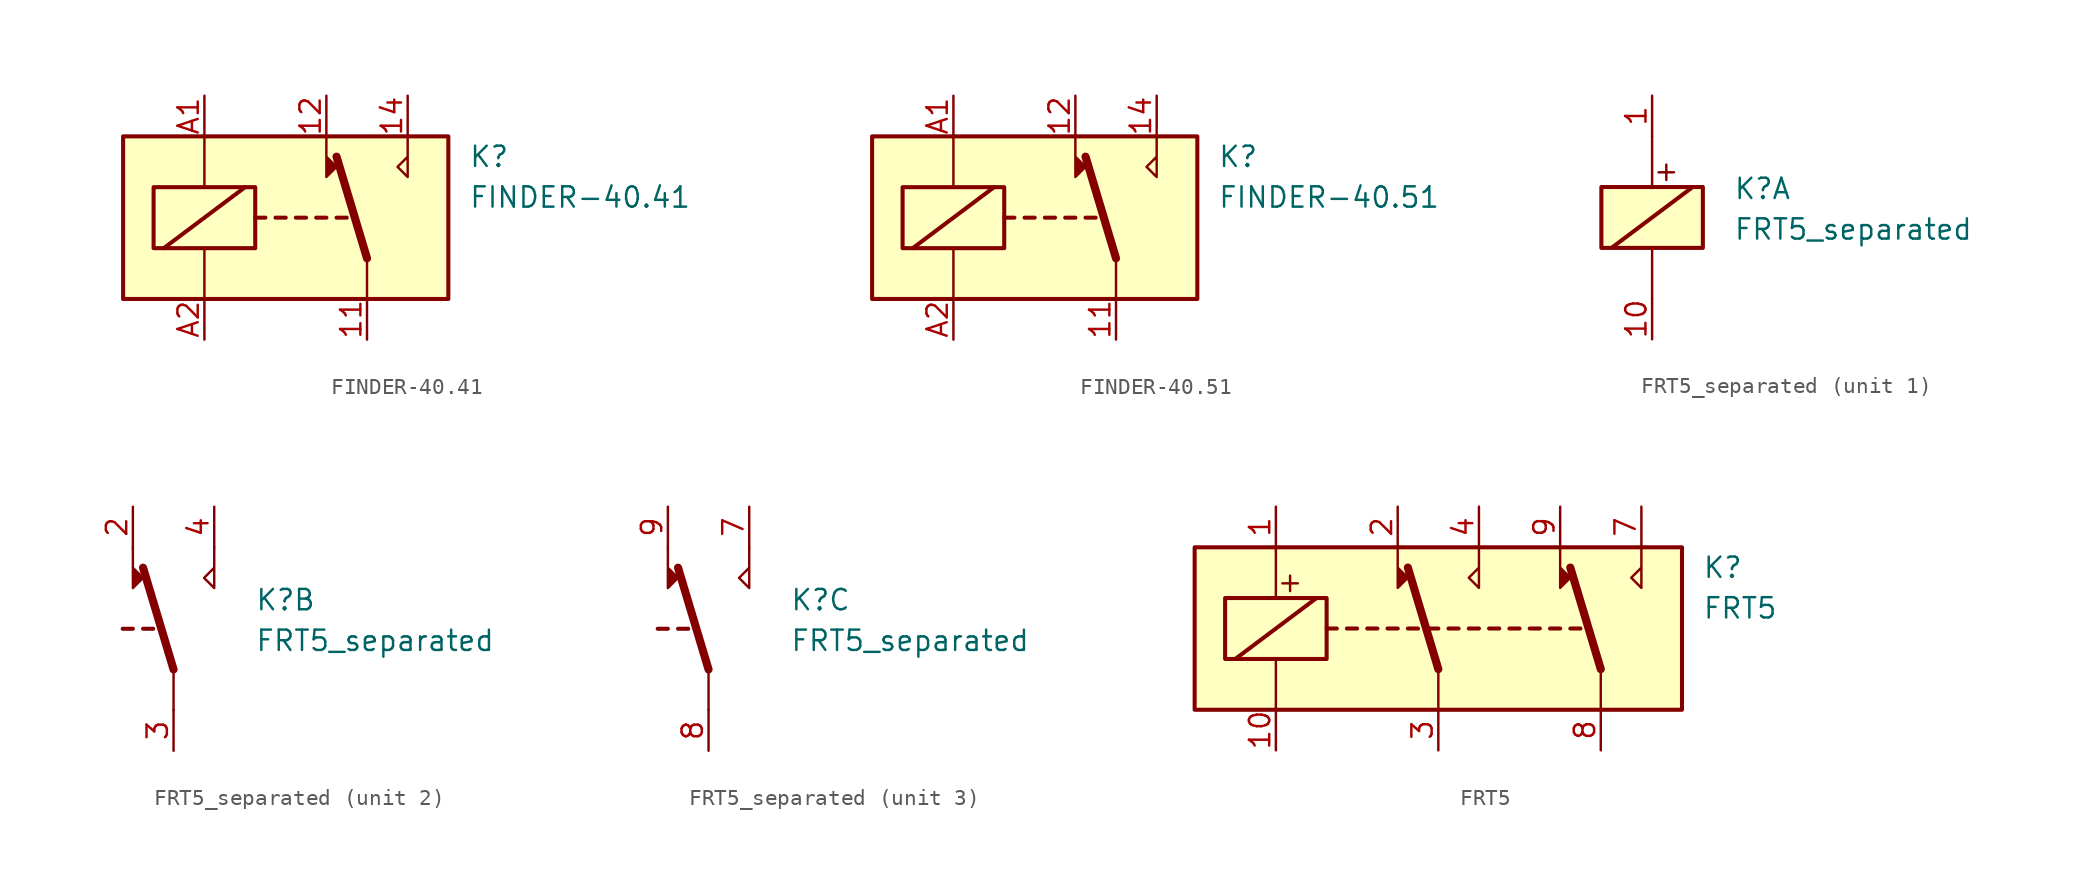
<source format=kicad_sym>
(kicad_symbol_lib
  (version 20211014)
  (generator kicad_symbol_editor)
  (symbol "FINDER-40.41"
    (property "Reference" "K"
      (at 11.43 3.81 0)
      (effects (font (size 1.27 1.27)) (justify left)))
    (property "Value" "FINDER-40.41"
      (at 11.43 1.27 0)
      (effects (font (size 1.27 1.27)) (justify left)))
    (symbol "FINDER-40.41_0_0"
      (polyline (pts (xy 7.62 5.08) (xy 7.62 2.54) (xy 6.985 3.175) (xy 7.62 3.81)) (stroke (width 0) (type default) (color 0 0 0 0)) (fill (type none))))
    (symbol "FINDER-40.41_0_1"
      (rectangle (start -10.16 5.08) (end 10.16 -5.08) (stroke (width 0.254) (type default) (color 0 0 0 0)) (fill (type background)))
      (rectangle (start -8.255 1.905) (end -1.905 -1.905) (stroke (width 0.254) (type default) (color 0 0 0 0)) (fill (type none)))
      (polyline (pts (xy -7.62 -1.905) (xy -2.54 1.905)) (stroke (width 0.254) (type default) (color 0 0 0 0)) (fill (type none)))
      (polyline (pts (xy -5.08 -5.08) (xy -5.08 -1.905)) (stroke (width 0) (type default) (color 0 0 0 0)) (fill (type none)))
      (polyline (pts (xy -5.08 5.08) (xy -5.08 1.905)) (stroke (width 0) (type default) (color 0 0 0 0)) (fill (type none)))
      (polyline (pts (xy -1.905 0) (xy -1.27 0)) (stroke (width 0.254) (type default) (color 0 0 0 0)) (fill (type none)))
      (polyline (pts (xy -0.635 0) (xy 0 0)) (stroke (width 0.254) (type default) (color 0 0 0 0)) (fill (type none)))
      (polyline (pts (xy 0.635 0) (xy 1.27 0)) (stroke (width 0.254) (type default) (color 0 0 0 0)) (fill (type none)))
      (polyline (pts (xy 1.905 0) (xy 2.54 0)) (stroke (width 0.254) (type default) (color 0 0 0 0)) (fill (type none)))
      (polyline (pts (xy 3.175 0) (xy 3.81 0)) (stroke (width 0.254) (type default) (color 0 0 0 0)) (fill (type none)))
      (polyline (pts (xy 5.08 -2.54) (xy 3.175 3.81)) (stroke (width 0.508) (type default) (color 0 0 0 0)) (fill (type none)))
      (polyline (pts (xy 5.08 -2.54) (xy 5.08 -5.08)) (stroke (width 0) (type default) (color 0 0 0 0)) (fill (type none)))
      (polyline (pts (xy 2.54 5.08) (xy 2.54 2.54) (xy 3.175 3.175) (xy 2.54 3.81)) (stroke (width 0) (type default) (color 0 0 0 0)) (fill (type outline))))
    (symbol "FINDER-40.41_1_1"
      (pin passive line (at 5.08 -7.62 90) (length 2.54) (name "~" (effects (font (size 1.27 1.27)))) (number "11" (effects (font (size 1.27 1.27)))))
      (pin passive line (at 2.54 7.62 270) (length 2.54) (name "~" (effects (font (size 1.27 1.27)))) (number "12" (effects (font (size 1.27 1.27)))))
      (pin passive line (at 7.62 7.62 270) (length 2.54) (name "~" (effects (font (size 1.27 1.27)))) (number "14" (effects (font (size 1.27 1.27)))))
      (pin passive line (at -5.08 7.62 270) (length 2.54) (name "~" (effects (font (size 1.27 1.27)))) (number "A1" (effects (font (size 1.27 1.27)))))
      (pin passive line (at -5.08 -7.62 90) (length 2.54) (name "~" (effects (font (size 1.27 1.27)))) (number "A2" (effects (font (size 1.27 1.27)))))))
  (symbol "FINDER-40.51"
    (property "Reference" "K"
      (at 11.43 3.81 0)
      (effects (font (size 1.27 1.27)) (justify left)))
    (property "Value" "FINDER-40.51"
      (at 11.43 1.27 0)
      (effects (font (size 1.27 1.27)) (justify left)))
    (symbol "FINDER-40.51_0_0"
      (polyline (pts (xy 7.62 5.08) (xy 7.62 2.54) (xy 6.985 3.175) (xy 7.62 3.81)) (stroke (width 0) (type default) (color 0 0 0 0)) (fill (type none))))
    (symbol "FINDER-40.51_0_1"
      (rectangle (start -10.16 5.08) (end 10.16 -5.08) (stroke (width 0.254) (type default) (color 0 0 0 0)) (fill (type background)))
      (rectangle (start -8.255 1.905) (end -1.905 -1.905) (stroke (width 0.254) (type default) (color 0 0 0 0)) (fill (type none)))
      (polyline (pts (xy -7.62 -1.905) (xy -2.54 1.905)) (stroke (width 0.254) (type default) (color 0 0 0 0)) (fill (type none)))
      (polyline (pts (xy -5.08 -5.08) (xy -5.08 -1.905)) (stroke (width 0) (type default) (color 0 0 0 0)) (fill (type none)))
      (polyline (pts (xy -5.08 5.08) (xy -5.08 1.905)) (stroke (width 0) (type default) (color 0 0 0 0)) (fill (type none)))
      (polyline (pts (xy -1.905 0) (xy -1.27 0)) (stroke (width 0.254) (type default) (color 0 0 0 0)) (fill (type none)))
      (polyline (pts (xy -0.635 0) (xy 0 0)) (stroke (width 0.254) (type default) (color 0 0 0 0)) (fill (type none)))
      (polyline (pts (xy 0.635 0) (xy 1.27 0)) (stroke (width 0.254) (type default) (color 0 0 0 0)) (fill (type none)))
      (polyline (pts (xy 1.905 0) (xy 2.54 0)) (stroke (width 0.254) (type default) (color 0 0 0 0)) (fill (type none)))
      (polyline (pts (xy 3.175 0) (xy 3.81 0)) (stroke (width 0.254) (type default) (color 0 0 0 0)) (fill (type none)))
      (polyline (pts (xy 5.08 -2.54) (xy 3.175 3.81)) (stroke (width 0.508) (type default) (color 0 0 0 0)) (fill (type none)))
      (polyline (pts (xy 5.08 -2.54) (xy 5.08 -5.08)) (stroke (width 0) (type default) (color 0 0 0 0)) (fill (type none)))
      (polyline (pts (xy 2.54 5.08) (xy 2.54 2.54) (xy 3.175 3.175) (xy 2.54 3.81)) (stroke (width 0) (type default) (color 0 0 0 0)) (fill (type outline))))
    (symbol "FINDER-40.51_1_1"
      (pin passive line (at 5.08 -7.62 90) (length 2.54) (name "~" (effects (font (size 1.27 1.27)))) (number "11" (effects (font (size 1.27 1.27)))))
      (pin passive line (at 2.54 7.62 270) (length 2.54) (name "~" (effects (font (size 1.27 1.27)))) (number "12" (effects (font (size 1.27 1.27)))))
      (pin passive line (at 7.62 7.62 270) (length 2.54) (name "~" (effects (font (size 1.27 1.27)))) (number "14" (effects (font (size 1.27 1.27)))))
      (pin passive line (at -5.08 7.62 270) (length 2.54) (name "~" (effects (font (size 1.27 1.27)))) (number "A1" (effects (font (size 1.27 1.27)))))
      (pin passive line (at -5.08 -7.62 90) (length 2.54) (name "~" (effects (font (size 1.27 1.27)))) (number "A2" (effects (font (size 1.27 1.27)))))))
  (symbol "FRT5_separated"
    (property "Reference" "K"
      (at 5.08 2.54 0)
      (effects (font (size 1.27 1.27)) (justify left top)))
    (property "Value" "FRT5_separated"
      (at 5.08 0 0)
      (effects (font (size 1.27 1.27)) (justify left top)))
    (symbol "FRT5_separated_1_0"
      (text "+" (at 0.889 2.921 0) (effects (font (size 1.27 1.27)))))
    (symbol "FRT5_separated_1_1"
      (rectangle (start -3.175 1.905) (end 3.175 -1.905) (stroke (width 0.254) (type default) (color 0 0 0 0)) (fill (type background)))
      (polyline (pts (xy -2.54 -1.905) (xy 2.54 1.905)) (stroke (width 0.254) (type default) (color 0 0 0 0)) (fill (type none)))
      (polyline (pts (xy 0 -5.08) (xy 0 -1.905)) (stroke (width 0) (type default) (color 0 0 0 0)) (fill (type none)))
      (polyline (pts (xy 0 5.08) (xy 0 1.905)) (stroke (width 0) (type default) (color 0 0 0 0)) (fill (type none)))
      (pin passive line (at 0 7.62 270) (length 2.54) (name "~" (effects (font (size 1.27 1.27)))) (number "1" (effects (font (size 1.27 1.27)))))
      (pin passive line (at 0 -7.62 90) (length 2.54) (name "~" (effects (font (size 1.27 1.27)))) (number "10" (effects (font (size 1.27 1.27))))))
    (symbol "FRT5_separated_2_1"
      (polyline (pts (xy -3.175 0) (xy -2.54 0)) (stroke (width 0.254) (type default) (color 0 0 0 0)) (fill (type none)))
      (polyline (pts (xy -1.905 0) (xy -1.27 0)) (stroke (width 0.254) (type default) (color 0 0 0 0)) (fill (type none)))
      (polyline (pts (xy 0 -2.54) (xy -1.905 3.81)) (stroke (width 0.508) (type default) (color 0 0 0 0)) (fill (type none)))
      (polyline (pts (xy 0 -2.54) (xy 0 -5.08)) (stroke (width 0) (type default) (color 0 0 0 0)) (fill (type none)))
      (polyline (pts (xy -2.54 5.08) (xy -2.54 2.54) (xy -1.905 3.175) (xy -2.54 3.81)) (stroke (width 0) (type default) (color 0 0 0 0)) (fill (type outline)))
      (polyline (pts (xy 2.54 5.08) (xy 2.54 2.54) (xy 1.905 3.175) (xy 2.54 3.81)) (stroke (width 0) (type default) (color 0 0 0 0)) (fill (type none)))
      (pin passive line (at -2.54 7.62 270) (length 2.54) (name "~" (effects (font (size 1.27 1.27)))) (number "2" (effects (font (size 1.27 1.27)))))
      (pin passive line (at 0 -7.62 90) (length 2.54) (name "~" (effects (font (size 1.27 1.27)))) (number "3" (effects (font (size 1.27 1.27)))))
      (pin passive line (at 2.54 7.62 270) (length 2.54) (name "~" (effects (font (size 1.27 1.27)))) (number "4" (effects (font (size 1.27 1.27))))))
    (symbol "FRT5_separated_3_1"
      (polyline (pts (xy -3.175 0) (xy -2.54 0)) (stroke (width 0.254) (type default) (color 0 0 0 0)) (fill (type none)))
      (polyline (pts (xy -1.905 0) (xy -1.27 0)) (stroke (width 0.254) (type default) (color 0 0 0 0)) (fill (type none)))
      (polyline (pts (xy 0 -2.54) (xy -1.905 3.81)) (stroke (width 0.508) (type default) (color 0 0 0 0)) (fill (type none)))
      (polyline (pts (xy 0 -2.54) (xy 0 -5.08)) (stroke (width 0) (type default) (color 0 0 0 0)) (fill (type none)))
      (polyline (pts (xy -2.54 5.08) (xy -2.54 2.54) (xy -1.905 3.175) (xy -2.54 3.81)) (stroke (width 0) (type default) (color 0 0 0 0)) (fill (type outline)))
      (polyline (pts (xy 2.54 5.08) (xy 2.54 2.54) (xy 1.905 3.175) (xy 2.54 3.81)) (stroke (width 0) (type default) (color 0 0 0 0)) (fill (type none)))
      (pin passive line (at 2.54 7.62 270) (length 2.54) (name "~" (effects (font (size 1.27 1.27)))) (number "7" (effects (font (size 1.27 1.27)))))
      (pin passive line (at 0 -7.62 90) (length 2.54) (name "~" (effects (font (size 1.27 1.27)))) (number "8" (effects (font (size 1.27 1.27)))))
      (pin passive line (at -2.54 7.62 270) (length 2.54) (name "~" (effects (font (size 1.27 1.27)))) (number "9" (effects (font (size 1.27 1.27)))))))
  (symbol "FRT5"
    (property "Reference" "K"
      (at 16.51 3.81 0)
      (effects (font (size 1.27 1.27)) (justify left)))
    (property "Value" "FRT5"
      (at 16.51 1.27 0)
      (effects (font (size 1.27 1.27)) (justify left)))
    (symbol "FRT5_0_0"
      (text "+" (at -9.271 2.921 0) (effects (font (size 1.27 1.27)))))
    (symbol "FRT5_0_1"
      (rectangle (start -15.24 5.08) (end 15.24 -5.08) (stroke (width 0.254) (type default) (color 0 0 0 0)) (fill (type background)))
      (rectangle (start -13.335 1.905) (end -6.985 -1.905) (stroke (width 0.254) (type default) (color 0 0 0 0)) (fill (type none)))
      (polyline (pts (xy -12.7 -1.905) (xy -7.62 1.905)) (stroke (width 0.254) (type default) (color 0 0 0 0)) (fill (type none)))
      (polyline (pts (xy -10.16 -5.08) (xy -10.16 -1.905)) (stroke (width 0) (type default) (color 0 0 0 0)) (fill (type none)))
      (polyline (pts (xy -10.16 5.08) (xy -10.16 1.905)) (stroke (width 0) (type default) (color 0 0 0 0)) (fill (type none)))
      (polyline (pts (xy -6.985 0) (xy -6.35 0)) (stroke (width 0.254) (type default) (color 0 0 0 0)) (fill (type none)))
      (polyline (pts (xy -5.715 0) (xy -5.08 0)) (stroke (width 0.254) (type default) (color 0 0 0 0)) (fill (type none)))
      (polyline (pts (xy -4.445 0) (xy -3.81 0)) (stroke (width 0.254) (type default) (color 0 0 0 0)) (fill (type none)))
      (polyline (pts (xy -3.175 0) (xy -2.54 0)) (stroke (width 0.254) (type default) (color 0 0 0 0)) (fill (type none)))
      (polyline (pts (xy -1.905 0) (xy -1.27 0)) (stroke (width 0.254) (type default) (color 0 0 0 0)) (fill (type none)))
      (polyline (pts (xy -0.635 0) (xy 0 0)) (stroke (width 0.254) (type default) (color 0 0 0 0)) (fill (type none)))
      (polyline (pts (xy 0 -2.54) (xy -1.905 3.81)) (stroke (width 0.508) (type default) (color 0 0 0 0)) (fill (type none)))
      (polyline (pts (xy 0 -2.54) (xy 0 -5.08)) (stroke (width 0) (type default) (color 0 0 0 0)) (fill (type none)))
      (polyline (pts (xy 0.635 0) (xy 1.27 0)) (stroke (width 0.254) (type default) (color 0 0 0 0)) (fill (type none)))
      (polyline (pts (xy 1.905 0) (xy 2.54 0)) (stroke (width 0.254) (type default) (color 0 0 0 0)) (fill (type none)))
      (polyline (pts (xy 3.175 0) (xy 3.81 0)) (stroke (width 0.254) (type default) (color 0 0 0 0)) (fill (type none)))
      (polyline (pts (xy 4.445 0) (xy 5.08 0)) (stroke (width 0.254) (type default) (color 0 0 0 0)) (fill (type none)))
      (polyline (pts (xy 5.715 0) (xy 6.35 0)) (stroke (width 0.254) (type default) (color 0 0 0 0)) (fill (type none)))
      (polyline (pts (xy 6.985 0) (xy 7.62 0)) (stroke (width 0.254) (type default) (color 0 0 0 0)) (fill (type none)))
      (polyline (pts (xy 8.255 0) (xy 8.89 0)) (stroke (width 0.254) (type default) (color 0 0 0 0)) (fill (type none)))
      (polyline (pts (xy 10.16 -2.54) (xy 8.255 3.81)) (stroke (width 0.508) (type default) (color 0 0 0 0)) (fill (type none)))
      (polyline (pts (xy 10.16 -2.54) (xy 10.16 -5.08)) (stroke (width 0) (type default) (color 0 0 0 0)) (fill (type none)))
      (polyline (pts (xy -2.54 5.08) (xy -2.54 2.54) (xy -1.905 3.175) (xy -2.54 3.81)) (stroke (width 0) (type default) (color 0 0 0 0)) (fill (type outline)))
      (polyline (pts (xy 2.54 5.08) (xy 2.54 2.54) (xy 1.905 3.175) (xy 2.54 3.81)) (stroke (width 0) (type default) (color 0 0 0 0)) (fill (type none)))
      (polyline (pts (xy 7.62 5.08) (xy 7.62 2.54) (xy 8.255 3.175) (xy 7.62 3.81)) (stroke (width 0) (type default) (color 0 0 0 0)) (fill (type outline)))
      (polyline (pts (xy 12.7 5.08) (xy 12.7 2.54) (xy 12.065 3.175) (xy 12.7 3.81)) (stroke (width 0) (type default) (color 0 0 0 0)) (fill (type none))))
    (symbol "FRT5_1_1"
      (pin passive line (at -10.16 7.62 270) (length 2.54) (name "~" (effects (font (size 1.27 1.27)))) (number "1" (effects (font (size 1.27 1.27)))))
      (pin passive line (at -10.16 -7.62 90) (length 2.54) (name "~" (effects (font (size 1.27 1.27)))) (number "10" (effects (font (size 1.27 1.27)))))
      (pin passive line (at -2.54 7.62 270) (length 2.54) (name "~" (effects (font (size 1.27 1.27)))) (number "2" (effects (font (size 1.27 1.27)))))
      (pin passive line (at 0 -7.62 90) (length 2.54) (name "~" (effects (font (size 1.27 1.27)))) (number "3" (effects (font (size 1.27 1.27)))))
      (pin passive line (at 2.54 7.62 270) (length 2.54) (name "~" (effects (font (size 1.27 1.27)))) (number "4" (effects (font (size 1.27 1.27)))))
      (pin passive line (at 12.7 7.62 270) (length 2.54) (name "~" (effects (font (size 1.27 1.27)))) (number "7" (effects (font (size 1.27 1.27)))))
      (pin passive line (at 10.16 -7.62 90) (length 2.54) (name "~" (effects (font (size 1.27 1.27)))) (number "8" (effects (font (size 1.27 1.27)))))
      (pin passive line (at 7.62 7.62 270) (length 2.54) (name "~" (effects (font (size 1.27 1.27)))) (number "9" (effects (font (size 1.27 1.27))))))))
</source>
